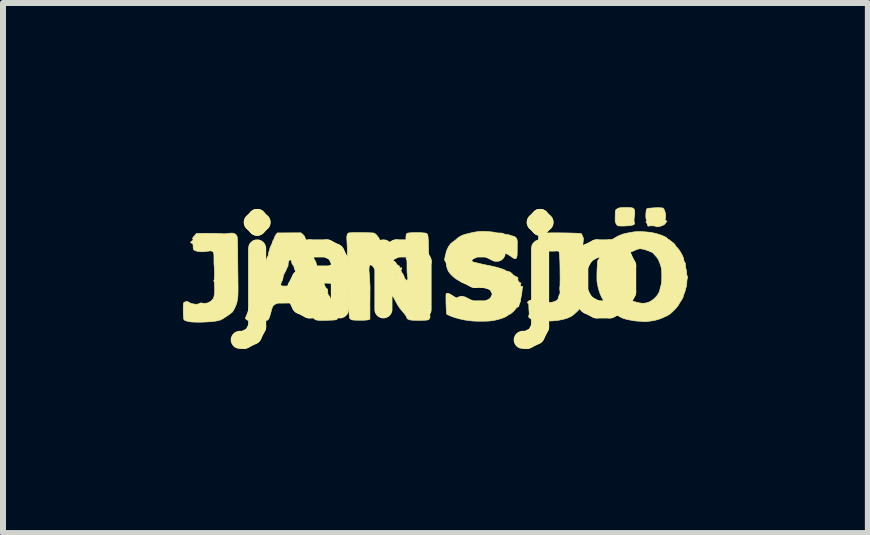
<source format=kicad_pcb>
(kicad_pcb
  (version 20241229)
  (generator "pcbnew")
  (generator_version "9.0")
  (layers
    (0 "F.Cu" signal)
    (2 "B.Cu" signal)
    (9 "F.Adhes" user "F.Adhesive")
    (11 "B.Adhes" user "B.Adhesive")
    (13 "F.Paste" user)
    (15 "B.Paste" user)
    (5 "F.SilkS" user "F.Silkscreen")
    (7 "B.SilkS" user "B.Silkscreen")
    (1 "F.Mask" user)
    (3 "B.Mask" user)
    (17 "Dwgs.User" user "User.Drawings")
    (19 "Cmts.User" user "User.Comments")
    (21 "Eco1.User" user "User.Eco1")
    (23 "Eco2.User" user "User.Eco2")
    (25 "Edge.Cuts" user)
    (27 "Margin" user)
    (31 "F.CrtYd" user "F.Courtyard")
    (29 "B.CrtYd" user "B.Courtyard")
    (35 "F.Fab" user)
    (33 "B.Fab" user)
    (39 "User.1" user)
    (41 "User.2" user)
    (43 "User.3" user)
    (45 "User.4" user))
  (footprint "jansjo"
    (layer "F.Cu")
    (at 4.285 1.418)
    (property "Reference" "jansjo" (at 0 0 0) (layer "F.SilkS") (effects (font (size 1.524 1.524) (thickness 0.3))))
    (attr through_hole)
    (fp_poly (pts (xy 3.094 -1.009) (xy 3.145 -1.008) (xy 3.182 -1.006) (xy 3.207 -1.002) (xy 3.223 -0.995) (xy 3.233 -0.985) (xy 3.24 -0.97) (xy 3.242 -0.965) (xy 3.247 -0.934) (xy 3.246 -0.896) (xy 3.243 -0.879) (xy 3.236 -0.828) (xy 3.235 -0.787) (xy 3.238 -0.759) (xy 3.244 -0.748) (xy 3.246 -0.737) (xy 3.234 -0.726) (xy 3.211 -0.716) (xy 3.179 -0.709) (xy 3.162 -0.706) (xy 3.113 -0.703) (xy 3.064 -0.7) (xy 3.021 -0.7) (xy 2.987 -0.701) (xy 2.975 -0.703) (xy 2.954 -0.712) (xy 2.938 -0.733) (xy 2.935 -0.738) (xy 2.925 -0.762) (xy 2.92 -0.782) (xy 2.92 -0.785) (xy 2.92 -0.8) (xy 2.92 -0.827) (xy 2.921 -0.862) (xy 2.921 -0.883) (xy 2.922 -0.921) (xy 2.924 -0.946) (xy 2.927 -0.961) (xy 2.933 -0.971) (xy 2.943 -0.98) (xy 2.945 -0.981) (xy 2.965 -0.993) (xy 2.985 -1.001) (xy 3.011 -1.006) (xy 3.045 -1.008) (xy 3.092 -1.009) (xy 3.094 -1.009)) (stroke (width 0.01) (type solid)) (fill yes) (layer "F.SilkS"))
    (fp_poly (pts (xy 3.681 -1.004) (xy 3.706 -1.002) (xy 3.717 -0.999) (xy 3.732 -0.983) (xy 3.746 -0.954) (xy 3.756 -0.918) (xy 3.761 -0.879) (xy 3.761 -0.842) (xy 3.755 -0.814) (xy 3.753 -0.799) (xy 3.763 -0.791) (xy 3.767 -0.79) (xy 3.782 -0.782) (xy 3.782 -0.772) (xy 3.772 -0.765) (xy 3.761 -0.755) (xy 3.759 -0.75) (xy 3.752 -0.736) (xy 3.731 -0.72) (xy 3.703 -0.706) (xy 3.669 -0.696) (xy 3.667 -0.695) (xy 3.639 -0.689) (xy 3.622 -0.687) (xy 3.611 -0.688) (xy 3.601 -0.692) (xy 3.596 -0.695) (xy 3.577 -0.701) (xy 3.549 -0.703) (xy 3.517 -0.704) (xy 3.49 -0.701) (xy 3.48 -0.699) (xy 3.468 -0.698) (xy 3.462 -0.709) (xy 3.458 -0.723) (xy 3.451 -0.744) (xy 3.441 -0.757) (xy 3.44 -0.757) (xy 3.432 -0.764) (xy 3.438 -0.775) (xy 3.444 -0.789) (xy 3.44 -0.807) (xy 3.438 -0.812) (xy 3.433 -0.833) (xy 3.431 -0.864) (xy 3.432 -0.899) (xy 3.435 -0.935) (xy 3.439 -0.965) (xy 3.446 -0.984) (xy 3.448 -0.988) (xy 3.461 -0.993) (xy 3.487 -0.997) (xy 3.522 -1) (xy 3.563 -1.003) (xy 3.605 -1.005) (xy 3.646 -1.005) (xy 3.681 -1.004)) (stroke (width 0.01) (type solid)) (fill yes) (layer "F.SilkS"))
    (fp_poly (pts (xy 2 -0.586) (xy 2.071 -0.585) (xy 2.142 -0.584) (xy 2.211 -0.582) (xy 2.275 -0.58) (xy 2.332 -0.577) (xy 2.342 -0.577) (xy 2.358 -0.57) (xy 2.369 -0.551) (xy 2.371 -0.544) (xy 2.38 -0.521) (xy 2.388 -0.504) (xy 2.389 -0.502) (xy 2.393 -0.487) (xy 2.391 -0.482) (xy 2.389 -0.47) (xy 2.387 -0.446) (xy 2.384 -0.411) (xy 2.382 -0.37) (xy 2.381 -0.326) (xy 2.379 -0.282) (xy 2.379 -0.242) (xy 2.379 -0.229) (xy 2.379 -0.184) (xy 2.38 -0.131) (xy 2.381 -0.074) (xy 2.383 -0.016) (xy 2.385 0.042) (xy 2.386 0.095) (xy 2.388 0.14) (xy 2.39 0.175) (xy 2.391 0.197) (xy 2.392 0.2) (xy 2.395 0.237) (xy 2.397 0.284) (xy 2.398 0.337) (xy 2.397 0.392) (xy 2.396 0.444) (xy 2.394 0.489) (xy 2.39 0.524) (xy 2.388 0.536) (xy 2.379 0.567) (xy 2.366 0.596) (xy 2.357 0.609) (xy 2.342 0.633) (xy 2.332 0.658) (xy 2.331 0.66) (xy 2.321 0.685) (xy 2.306 0.705) (xy 2.289 0.721) (xy 2.265 0.743) (xy 2.241 0.766) (xy 2.192 0.803) (xy 2.129 0.833) (xy 2.053 0.856) (xy 1.966 0.873) (xy 1.871 0.882) (xy 1.767 0.883) (xy 1.658 0.877) (xy 1.649 0.876) (xy 1.592 0.868) (xy 1.548 0.86) (xy 1.517 0.848) (xy 1.494 0.834) (xy 1.487 0.828) (xy 1.476 0.813) (xy 1.479 0.798) (xy 1.482 0.792) (xy 1.488 0.765) (xy 1.486 0.731) (xy 1.483 0.697) (xy 1.481 0.658) (xy 1.481 0.645) (xy 1.48 0.614) (xy 1.475 0.596) (xy 1.467 0.588) (xy 1.458 0.58) (xy 1.459 0.571) (xy 1.471 0.557) (xy 1.473 0.555) (xy 1.496 0.538) (xy 1.524 0.534) (xy 1.559 0.544) (xy 1.583 0.554) (xy 1.609 0.566) (xy 1.632 0.57) (xy 1.656 0.566) (xy 1.688 0.554) (xy 1.699 0.553) (xy 1.7 0.563) (xy 1.7 0.564) (xy 1.7 0.572) (xy 1.706 0.576) (xy 1.719 0.579) (xy 1.744 0.579) (xy 1.774 0.579) (xy 1.836 0.575) (xy 1.889 0.566) (xy 1.93 0.55) (xy 1.958 0.53) (xy 1.972 0.506) (xy 1.973 0.496) (xy 1.977 0.475) (xy 1.988 0.45) (xy 1.989 0.447) (xy 2 0.425) (xy 2.002 0.404) (xy 1.999 0.376) (xy 1.996 0.348) (xy 1.997 0.324) (xy 1.998 0.317) (xy 2 0.304) (xy 2.001 0.276) (xy 2.001 0.237) (xy 2.002 0.189) (xy 2.002 0.135) (xy 2.001 0.077) (xy 2.001 0.018) (xy 2 -0.04) (xy 1.999 -0.093) (xy 1.997 -0.14) (xy 1.995 -0.177) (xy 1.995 -0.191) (xy 1.991 -0.232) (xy 1.988 -0.259) (xy 1.981 -0.275) (xy 1.97 -0.283) (xy 1.95 -0.284) (xy 1.921 -0.283) (xy 1.915 -0.282) (xy 1.865 -0.281) (xy 1.813 -0.282) (xy 1.763 -0.286) (xy 1.718 -0.293) (xy 1.683 -0.301) (xy 1.662 -0.31) (xy 1.661 -0.311) (xy 1.652 -0.318) (xy 1.646 -0.327) (xy 1.642 -0.34) (xy 1.64 -0.361) (xy 1.639 -0.393) (xy 1.639 -0.424) (xy 1.64 -0.477) (xy 1.642 -0.516) (xy 1.646 -0.543) (xy 1.653 -0.561) (xy 1.663 -0.572) (xy 1.67 -0.577) (xy 1.684 -0.58) (xy 1.712 -0.582) (xy 1.753 -0.584) (xy 1.804 -0.585) (xy 1.864 -0.586) (xy 1.93 -0.586) (xy 2 -0.586)) (stroke (width 0.01) (type solid)) (fill yes) (layer "F.SilkS"))
    (fp_poly (pts (xy -3.448 -0.58) (xy -3.431 -0.574) (xy -3.427 -0.573) (xy -3.407 -0.562) (xy -3.396 -0.55) (xy -3.395 -0.547) (xy -3.389 -0.534) (xy -3.385 -0.531) (xy -3.382 -0.526) (xy -3.38 -0.509) (xy -3.378 -0.482) (xy -3.376 -0.442) (xy -3.375 -0.388) (xy -3.373 -0.32) (xy -3.373 -0.236) (xy -3.372 -0.22) (xy -3.372 -0.139) (xy -3.371 -0.055) (xy -3.37 0.028) (xy -3.369 0.108) (xy -3.368 0.179) (xy -3.368 0.24) (xy -3.367 0.267) (xy -3.367 0.323) (xy -3.367 0.375) (xy -3.368 0.421) (xy -3.369 0.457) (xy -3.371 0.48) (xy -3.371 0.483) (xy -3.376 0.517) (xy -3.382 0.553) (xy -3.383 0.559) (xy -3.39 0.588) (xy -3.404 0.625) (xy -3.421 0.665) (xy -3.44 0.701) (xy -3.457 0.728) (xy -3.461 0.733) (xy -3.473 0.744) (xy -3.497 0.762) (xy -3.528 0.785) (xy -3.564 0.809) (xy -3.565 0.81) (xy -3.603 0.835) (xy -3.633 0.853) (xy -3.658 0.865) (xy -3.684 0.873) (xy -3.714 0.88) (xy -3.73 0.883) (xy -3.775 0.89) (xy -3.83 0.895) (xy -3.892 0.899) (xy -3.957 0.902) (xy -4.02 0.903) (xy -4.08 0.902) (xy -4.131 0.9) (xy -4.171 0.896) (xy -4.183 0.893) (xy -4.222 0.884) (xy -4.248 0.876) (xy -4.263 0.866) (xy -4.271 0.853) (xy -4.275 0.834) (xy -4.276 0.82) (xy -4.278 0.792) (xy -4.279 0.754) (xy -4.28 0.71) (xy -4.28 0.679) (xy -4.28 0.636) (xy -4.278 0.608) (xy -4.276 0.59) (xy -4.271 0.579) (xy -4.264 0.571) (xy -4.263 0.571) (xy -4.236 0.56) (xy -4.206 0.561) (xy -4.18 0.574) (xy -4.179 0.575) (xy -4.157 0.587) (xy -4.121 0.597) (xy -4.102 0.6) (xy -4.069 0.604) (xy -4.047 0.604) (xy -4.03 0.599) (xy -4.016 0.593) (xy -3.995 0.583) (xy -3.975 0.582) (xy -3.955 0.587) (xy -3.912 0.59) (xy -3.867 0.58) (xy -3.824 0.556) (xy -3.798 0.533) (xy -3.781 0.511) (xy -3.771 0.492) (xy -3.769 0.484) (xy -3.767 0.465) (xy -3.764 0.457) (xy -3.76 0.443) (xy -3.758 0.416) (xy -3.757 0.38) (xy -3.757 0.34) (xy -3.758 0.301) (xy -3.76 0.265) (xy -3.763 0.239) (xy -3.766 0.227) (xy -3.771 0.208) (xy -3.767 0.202) (xy -3.763 0.192) (xy -3.76 0.17) (xy -3.759 0.137) (xy -3.758 0.098) (xy -3.759 0.056) (xy -3.761 0.014) (xy -3.762 -0.008) (xy -3.765 -0.039) (xy -3.767 -0.068) (xy -3.768 -0.098) (xy -3.768 -0.136) (xy -3.768 -0.186) (xy -3.768 -0.188) (xy -3.769 -0.22) (xy -3.772 -0.247) (xy -3.776 -0.262) (xy -3.795 -0.28) (xy -3.825 -0.286) (xy -3.868 -0.281) (xy -3.871 -0.281) (xy -3.922 -0.273) (xy -3.976 -0.271) (xy -4.025 -0.275) (xy -4.066 -0.284) (xy -4.078 -0.289) (xy -4.1 -0.301) (xy -4.111 -0.313) (xy -4.114 -0.33) (xy -4.115 -0.348) (xy -4.116 -0.383) (xy -4.122 -0.404) (xy -4.133 -0.414) (xy -4.141 -0.415) (xy -4.154 -0.42) (xy -4.156 -0.431) (xy -4.146 -0.443) (xy -4.136 -0.449) (xy -4.12 -0.46) (xy -4.115 -0.475) (xy -4.123 -0.487) (xy -4.126 -0.491) (xy -4.123 -0.499) (xy -4.113 -0.514) (xy -4.094 -0.537) (xy -4.081 -0.552) (xy -4.06 -0.577) (xy -3.861 -0.578) (xy -3.803 -0.577) (xy -3.749 -0.577) (xy -3.702 -0.576) (xy -3.665 -0.575) (xy -3.641 -0.573) (xy -3.634 -0.572) (xy -3.613 -0.57) (xy -3.581 -0.571) (xy -3.544 -0.574) (xy -3.532 -0.576) (xy -3.494 -0.581) (xy -3.468 -0.582) (xy -3.448 -0.58)) (stroke (width 0.01) (type solid)) (fill yes) (layer "F.SilkS"))
    (fp_poly (pts (xy 3.363 -0.606) (xy 3.419 -0.603) (xy 3.473 -0.598) (xy 3.52 -0.592) (xy 3.539 -0.589) (xy 3.601 -0.575) (xy 3.658 -0.558) (xy 3.708 -0.54) (xy 3.749 -0.522) (xy 3.778 -0.505) (xy 3.791 -0.492) (xy 3.804 -0.478) (xy 3.813 -0.474) (xy 3.828 -0.468) (xy 3.836 -0.46) (xy 3.851 -0.447) (xy 3.872 -0.431) (xy 3.88 -0.426) (xy 3.902 -0.408) (xy 3.918 -0.389) (xy 3.921 -0.383) (xy 3.932 -0.363) (xy 3.943 -0.351) (xy 3.963 -0.331) (xy 3.987 -0.3) (xy 4.011 -0.263) (xy 4.033 -0.223) (xy 4.051 -0.185) (xy 4.062 -0.154) (xy 4.064 -0.138) (xy 4.07 -0.11) (xy 4.081 -0.093) (xy 4.093 -0.072) (xy 4.093 -0.053) (xy 4.092 -0.031) (xy 4.097 -0.002) (xy 4.102 0.019) (xy 4.109 0.049) (xy 4.112 0.077) (xy 4.112 0.09) (xy 4.114 0.115) (xy 4.121 0.132) (xy 4.128 0.152) (xy 4.123 0.173) (xy 4.118 0.196) (xy 4.115 0.225) (xy 4.115 0.235) (xy 4.113 0.268) (xy 4.107 0.302) (xy 4.106 0.308) (xy 4.097 0.34) (xy 4.089 0.373) (xy 4.088 0.377) (xy 4.079 0.405) (xy 4.069 0.43) (xy 4.067 0.433) (xy 4.059 0.455) (xy 4.056 0.472) (xy 4.051 0.488) (xy 4.039 0.512) (xy 4.025 0.535) (xy 4.006 0.565) (xy 3.987 0.595) (xy 3.978 0.613) (xy 3.962 0.637) (xy 3.936 0.668) (xy 3.903 0.703) (xy 3.866 0.739) (xy 3.839 0.762) (xy 3.81 0.782) (xy 3.769 0.804) (xy 3.72 0.826) (xy 3.668 0.847) (xy 3.617 0.863) (xy 3.586 0.871) (xy 3.549 0.878) (xy 3.509 0.884) (xy 3.47 0.889) (xy 3.436 0.893) (xy 3.409 0.894) (xy 3.395 0.893) (xy 3.393 0.893) (xy 3.384 0.891) (xy 3.362 0.889) (xy 3.33 0.887) (xy 3.302 0.886) (xy 3.256 0.882) (xy 3.204 0.874) (xy 3.151 0.864) (xy 3.101 0.853) (xy 3.059 0.84) (xy 3.028 0.828) (xy 3.026 0.827) (xy 2.976 0.799) (xy 2.938 0.777) (xy 2.91 0.759) (xy 2.888 0.743) (xy 2.873 0.728) (xy 2.856 0.711) (xy 2.834 0.686) (xy 2.81 0.657) (xy 2.786 0.627) (xy 2.764 0.598) (xy 2.746 0.575) (xy 2.736 0.56) (xy 2.735 0.556) (xy 2.73 0.547) (xy 2.719 0.528) (xy 2.71 0.515) (xy 2.69 0.477) (xy 2.669 0.429) (xy 2.651 0.376) (xy 2.637 0.325) (xy 2.632 0.302) (xy 2.628 0.274) (xy 2.623 0.254) (xy 2.621 0.247) (xy 2.619 0.234) (xy 2.617 0.208) (xy 2.616 0.172) (xy 2.616 0.138) (xy 3.013 0.138) (xy 3.016 0.207) (xy 3.025 0.269) (xy 3.032 0.299) (xy 3.054 0.358) (xy 3.083 0.419) (xy 3.115 0.472) (xy 3.121 0.48) (xy 3.145 0.506) (xy 3.177 0.531) (xy 3.211 0.551) (xy 3.239 0.561) (xy 3.262 0.566) (xy 3.292 0.574) (xy 3.31 0.579) (xy 3.376 0.589) (xy 3.441 0.582) (xy 3.493 0.564) (xy 3.535 0.539) (xy 3.576 0.506) (xy 3.613 0.467) (xy 3.641 0.427) (xy 3.658 0.39) (xy 3.661 0.38) (xy 3.665 0.361) (xy 3.672 0.333) (xy 3.681 0.3) (xy 3.681 0.3) (xy 3.689 0.271) (xy 3.693 0.241) (xy 3.696 0.205) (xy 3.697 0.16) (xy 3.697 0.123) (xy 3.696 0.074) (xy 3.695 0.038) (xy 3.692 0.01) (xy 3.686 -0.015) (xy 3.678 -0.042) (xy 3.667 -0.075) (xy 3.667 -0.076) (xy 3.649 -0.119) (xy 3.633 -0.152) (xy 3.614 -0.179) (xy 3.597 -0.198) (xy 3.577 -0.22) (xy 3.562 -0.237) (xy 3.556 -0.246) (xy 3.556 -0.246) (xy 3.549 -0.253) (xy 3.529 -0.263) (xy 3.5 -0.276) (xy 3.467 -0.289) (xy 3.432 -0.301) (xy 3.418 -0.306) (xy 3.368 -0.318) (xy 3.327 -0.321) (xy 3.292 -0.313) (xy 3.274 -0.306) (xy 3.246 -0.293) (xy 3.213 -0.279) (xy 3.198 -0.274) (xy 3.148 -0.249) (xy 3.107 -0.211) (xy 3.072 -0.16) (xy 3.044 -0.094) (xy 3.034 -0.061) (xy 3.022 -0.002) (xy 3.015 0.066) (xy 3.013 0.138) (xy 2.616 0.138) (xy 2.616 0.13) (xy 2.617 0.084) (xy 2.618 0.038) (xy 2.62 -0.004) (xy 2.621 -0.008) (xy 2.623 -0.047) (xy 2.625 -0.079) (xy 2.627 -0.102) (xy 2.627 -0.11) (xy 2.632 -0.126) (xy 2.64 -0.138) (xy 2.653 -0.159) (xy 2.667 -0.191) (xy 2.679 -0.226) (xy 2.687 -0.258) (xy 2.688 -0.271) (xy 2.693 -0.292) (xy 2.701 -0.303) (xy 2.702 -0.303) (xy 2.716 -0.312) (xy 2.735 -0.33) (xy 2.754 -0.352) (xy 2.768 -0.372) (xy 2.773 -0.382) (xy 2.784 -0.397) (xy 2.792 -0.402) (xy 2.806 -0.412) (xy 2.821 -0.431) (xy 2.824 -0.434) (xy 2.842 -0.456) (xy 2.865 -0.473) (xy 2.866 -0.474) (xy 2.888 -0.486) (xy 2.916 -0.502) (xy 2.934 -0.513) (xy 2.961 -0.529) (xy 2.986 -0.541) (xy 2.998 -0.546) (xy 3.021 -0.554) (xy 3.044 -0.563) (xy 3.065 -0.57) (xy 3.096 -0.577) (xy 3.128 -0.584) (xy 3.166 -0.59) (xy 3.204 -0.597) (xy 3.23 -0.602) (xy 3.264 -0.605) (xy 3.31 -0.607) (xy 3.363 -0.606)) (stroke (width 0.01) (type solid)) (fill yes) (layer "F.SilkS"))
    (fp_poly (pts (xy -1.303 -0.59) (xy -1.224 -0.589) (xy -1.141 -0.586) (xy -1.123 -0.585) (xy -1.1 -0.582) (xy -1.081 -0.572) (xy -1.06 -0.552) (xy -1.056 -0.548) (xy -1.035 -0.522) (xy -1.017 -0.495) (xy -1.011 -0.482) (xy -0.995 -0.456) (xy -0.975 -0.434) (xy -0.973 -0.433) (xy -0.957 -0.416) (xy -0.948 -0.399) (xy -0.948 -0.397) (xy -0.944 -0.38) (xy -0.932 -0.356) (xy -0.924 -0.344) (xy -0.904 -0.314) (xy -0.882 -0.282) (xy -0.876 -0.273) (xy -0.856 -0.245) (xy -0.832 -0.219) (xy -0.824 -0.212) (xy -0.805 -0.19) (xy -0.796 -0.17) (xy -0.796 -0.167) (xy -0.791 -0.145) (xy -0.779 -0.125) (xy -0.765 -0.112) (xy -0.758 -0.11) (xy -0.747 -0.103) (xy -0.735 -0.086) (xy -0.731 -0.078) (xy -0.714 -0.054) (xy -0.696 -0.044) (xy -0.681 -0.037) (xy -0.677 -0.02) (xy -0.675 -0.004) (xy -0.665 -0.002) (xy -0.656 -0.003) (xy -0.64 -0.005) (xy -0.635 0.004) (xy -0.64 0.018) (xy -0.643 0.021) (xy -0.651 0.033) (xy -0.647 0.054) (xy -0.63 0.084) (xy -0.627 0.089) (xy -0.612 0.111) (xy -0.603 0.129) (xy -0.601 0.135) (xy -0.597 0.154) (xy -0.585 0.176) (xy -0.572 0.194) (xy -0.559 0.203) (xy -0.557 0.203) (xy -0.544 0.2) (xy -0.537 0.188) (xy -0.537 0.164) (xy -0.542 0.131) (xy -0.546 0.102) (xy -0.549 0.062) (xy -0.55 0.016) (xy -0.55 -0.029) (xy -0.55 -0.076) (xy -0.551 -0.11) (xy -0.553 -0.131) (xy -0.557 -0.142) (xy -0.56 -0.145) (xy -0.567 -0.155) (xy -0.563 -0.167) (xy -0.559 -0.181) (xy -0.558 -0.209) (xy -0.558 -0.251) (xy -0.561 -0.31) (xy -0.561 -0.322) (xy -0.565 -0.394) (xy -0.567 -0.451) (xy -0.568 -0.495) (xy -0.567 -0.528) (xy -0.564 -0.551) (xy -0.559 -0.566) (xy -0.552 -0.575) (xy -0.544 -0.58) (xy -0.526 -0.584) (xy -0.495 -0.587) (xy -0.455 -0.589) (xy -0.41 -0.59) (xy -0.363 -0.59) (xy -0.319 -0.589) (xy -0.295 -0.587) (xy -0.26 -0.584) (xy -0.237 -0.581) (xy -0.223 -0.576) (xy -0.214 -0.567) (xy -0.209 -0.559) (xy -0.206 -0.553) (xy -0.204 -0.546) (xy -0.201 -0.535) (xy -0.199 -0.521) (xy -0.198 -0.501) (xy -0.196 -0.475) (xy -0.194 -0.441) (xy -0.193 -0.399) (xy -0.192 -0.348) (xy -0.19 -0.285) (xy -0.189 -0.211) (xy -0.187 -0.125) (xy -0.186 -0.024) (xy -0.184 0.092) (xy -0.182 0.186) (xy -0.18 0.304) (xy -0.179 0.406) (xy -0.177 0.493) (xy -0.176 0.567) (xy -0.175 0.628) (xy -0.174 0.678) (xy -0.173 0.717) (xy -0.172 0.748) (xy -0.171 0.77) (xy -0.17 0.786) (xy -0.168 0.796) (xy -0.167 0.801) (xy -0.167 0.802) (xy -0.166 0.815) (xy -0.171 0.835) (xy -0.171 0.836) (xy -0.177 0.848) (xy -0.185 0.857) (xy -0.199 0.863) (xy -0.22 0.868) (xy -0.251 0.87) (xy -0.293 0.871) (xy -0.349 0.872) (xy -0.366 0.872) (xy -0.428 0.871) (xy -0.475 0.869) (xy -0.509 0.863) (xy -0.532 0.855) (xy -0.547 0.843) (xy -0.554 0.828) (xy -0.556 0.823) (xy -0.563 0.805) (xy -0.58 0.78) (xy -0.602 0.752) (xy -0.608 0.744) (xy -0.644 0.702) (xy -0.673 0.665) (xy -0.698 0.628) (xy -0.723 0.585) (xy -0.75 0.533) (xy -0.755 0.524) (xy -0.769 0.498) (xy -0.782 0.479) (xy -0.79 0.472) (xy -0.8 0.462) (xy -0.813 0.442) (xy -0.821 0.427) (xy -0.836 0.4) (xy -0.853 0.378) (xy -0.86 0.37) (xy -0.875 0.355) (xy -0.881 0.342) (xy -0.886 0.331) (xy -0.9 0.31) (xy -0.92 0.283) (xy -0.942 0.256) (xy -0.97 0.22) (xy -0.997 0.182) (xy -1.018 0.149) (xy -1.028 0.131) (xy -1.036 0.114) (xy -0.754 0.114) (xy -0.749 0.119) (xy -0.745 0.114) (xy -0.749 0.11) (xy -0.754 0.114) (xy -1.036 0.114) (xy -1.06 0.066) (xy -1.088 0.017) (xy -1.112 -0.019) (xy -1.133 -0.041) (xy -1.151 -0.05) (xy -1.156 -0.051) (xy -1.169 -0.048) (xy -1.176 -0.038) (xy -1.181 -0.016) (xy -1.182 -0.012) (xy -1.184 0.021) (xy -1.183 0.058) (xy -1.182 0.068) (xy -1.18 0.091) (xy -1.177 0.126) (xy -1.174 0.168) (xy -1.171 0.214) (xy -1.169 0.259) (xy -1.167 0.299) (xy -1.166 0.329) (xy -1.166 0.343) (xy -1.167 0.355) (xy -1.167 0.383) (xy -1.167 0.422) (xy -1.167 0.472) (xy -1.167 0.529) (xy -1.168 0.592) (xy -1.168 0.607) (xy -1.168 0.853) (xy -1.195 0.863) (xy -1.215 0.866) (xy -1.248 0.869) (xy -1.289 0.871) (xy -1.334 0.871) (xy -1.38 0.87) (xy -1.421 0.869) (xy -1.454 0.866) (xy -1.471 0.863) (xy -1.495 0.85) (xy -1.507 0.835) (xy -1.51 0.818) (xy -1.514 0.786) (xy -1.517 0.74) (xy -1.52 0.682) (xy -1.524 0.614) (xy -1.526 0.537) (xy -1.529 0.466) (xy -1.531 0.368) (xy -1.534 0.265) (xy -1.536 0.16) (xy -1.539 0.056) (xy -1.541 -0.043) (xy -1.542 -0.134) (xy -1.544 -0.213) (xy -1.544 -0.25) (xy -1.545 -0.306) (xy -1.547 -0.361) (xy -1.549 -0.409) (xy -1.551 -0.449) (xy -1.553 -0.476) (xy -1.553 -0.476) (xy -1.554 -0.516) (xy -1.549 -0.55) (xy -1.538 -0.574) (xy -1.523 -0.585) (xy -1.522 -0.585) (xy -1.486 -0.588) (xy -1.436 -0.59) (xy -1.374 -0.591) (xy -1.303 -0.59)) (stroke (width 0.01) (type solid)) (fill yes) (layer "F.SilkS"))
    (fp_poly (pts (xy 0.713 -0.611) (xy 0.751 -0.61) (xy 0.792 -0.607) (xy 0.833 -0.604) (xy 0.87 -0.601) (xy 0.898 -0.597) (xy 0.913 -0.594) (xy 0.913 -0.593) (xy 0.93 -0.589) (xy 0.958 -0.585) (xy 0.988 -0.584) (xy 1.03 -0.582) (xy 1.057 -0.575) (xy 1.063 -0.572) (xy 1.083 -0.563) (xy 1.108 -0.559) (xy 1.11 -0.559) (xy 1.141 -0.555) (xy 1.169 -0.547) (xy 1.189 -0.539) (xy 1.201 -0.536) (xy 1.202 -0.536) (xy 1.212 -0.533) (xy 1.232 -0.528) (xy 1.237 -0.526) (xy 1.266 -0.508) (xy 1.283 -0.478) (xy 1.289 -0.437) (xy 1.289 -0.433) (xy 1.288 -0.407) (xy 1.288 -0.386) (xy 1.288 -0.385) (xy 1.288 -0.361) (xy 1.288 -0.351) (xy 1.287 -0.336) (xy 1.287 -0.308) (xy 1.287 -0.273) (xy 1.287 -0.256) (xy 1.285 -0.208) (xy 1.278 -0.175) (xy 1.266 -0.158) (xy 1.248 -0.155) (xy 1.222 -0.166) (xy 1.194 -0.185) (xy 1.161 -0.209) (xy 1.133 -0.226) (xy 1.103 -0.24) (xy 1.064 -0.254) (xy 1.049 -0.259) (xy 1.014 -0.27) (xy 0.983 -0.28) (xy 0.961 -0.288) (xy 0.957 -0.289) (xy 0.94 -0.293) (xy 0.911 -0.298) (xy 0.873 -0.304) (xy 0.83 -0.308) (xy 0.826 -0.309) (xy 0.777 -0.313) (xy 0.741 -0.315) (xy 0.715 -0.315) (xy 0.694 -0.312) (xy 0.678 -0.308) (xy 0.651 -0.302) (xy 0.628 -0.301) (xy 0.622 -0.301) (xy 0.602 -0.299) (xy 0.593 -0.293) (xy 0.578 -0.282) (xy 0.568 -0.279) (xy 0.546 -0.273) (xy 0.521 -0.256) (xy 0.499 -0.235) (xy 0.487 -0.213) (xy 0.487 -0.212) (xy 0.485 -0.171) (xy 0.498 -0.138) (xy 0.526 -0.113) (xy 0.568 -0.096) (xy 0.577 -0.094) (xy 0.61 -0.086) (xy 0.645 -0.078) (xy 0.652 -0.076) (xy 0.686 -0.068) (xy 0.732 -0.058) (xy 0.79 -0.046) (xy 0.851 -0.034) (xy 0.895 -0.024) (xy 0.941 -0.013) (xy 0.986 0.000261) (xy 1.027 0.013) (xy 1.06 0.025) (xy 1.083 0.035) (xy 1.092 0.042) (xy 1.103 0.048) (xy 1.122 0.053) (xy 1.153 0.061) (xy 1.177 0.073) (xy 1.201 0.094) (xy 1.209 0.103) (xy 1.23 0.123) (xy 1.252 0.137) (xy 1.261 0.141) (xy 1.287 0.151) (xy 1.299 0.165) (xy 1.299 0.185) (xy 1.299 0.207) (xy 1.313 0.228) (xy 1.316 0.231) (xy 1.332 0.245) (xy 1.345 0.25) (xy 1.347 0.249) (xy 1.352 0.249) (xy 1.347 0.261) (xy 1.347 0.261) (xy 1.338 0.286) (xy 1.343 0.3) (xy 1.36 0.305) (xy 1.375 0.307) (xy 1.378 0.316) (xy 1.376 0.324) (xy 1.371 0.344) (xy 1.368 0.372) (xy 1.367 0.385) (xy 1.363 0.42) (xy 1.357 0.456) (xy 1.355 0.466) (xy 1.349 0.495) (xy 1.345 0.521) (xy 1.345 0.528) (xy 1.342 0.55) (xy 1.333 0.578) (xy 1.328 0.589) (xy 1.319 0.612) (xy 1.315 0.629) (xy 1.316 0.634) (xy 1.313 0.641) (xy 1.301 0.647) (xy 1.282 0.657) (xy 1.266 0.675) (xy 1.251 0.694) (xy 1.231 0.716) (xy 1.208 0.738) (xy 1.186 0.756) (xy 1.169 0.768) (xy 1.163 0.77) (xy 1.151 0.775) (xy 1.132 0.788) (xy 1.122 0.796) (xy 1.093 0.813) (xy 1.052 0.831) (xy 1.001 0.848) (xy 0.946 0.863) (xy 0.889 0.875) (xy 0.856 0.88) (xy 0.814 0.884) (xy 0.76 0.886) (xy 0.699 0.887) (xy 0.637 0.887) (xy 0.579 0.885) (xy 0.542 0.883) (xy 0.47 0.875) (xy 0.394 0.863) (xy 0.32 0.846) (xy 0.251 0.827) (xy 0.192 0.807) (xy 0.167 0.796) (xy 0.112 0.77) (xy 0.107 0.726) (xy 0.105 0.701) (xy 0.103 0.666) (xy 0.102 0.625) (xy 0.1 0.581) (xy 0.1 0.537) (xy 0.099 0.496) (xy 0.1 0.463) (xy 0.1 0.439) (xy 0.102 0.429) (xy 0.102 0.429) (xy 0.118 0.421) (xy 0.138 0.422) (xy 0.166 0.434) (xy 0.199 0.454) (xy 0.261 0.492) (xy 0.324 0.523) (xy 0.383 0.547) (xy 0.434 0.561) (xy 0.445 0.563) (xy 0.471 0.568) (xy 0.49 0.573) (xy 0.496 0.576) (xy 0.507 0.58) (xy 0.532 0.585) (xy 0.566 0.59) (xy 0.597 0.593) (xy 0.675 0.598) (xy 0.748 0.597) (xy 0.814 0.589) (xy 0.87 0.575) (xy 0.915 0.556) (xy 0.947 0.532) (xy 0.96 0.513) (xy 0.972 0.477) (xy 0.971 0.447) (xy 0.959 0.427) (xy 0.928 0.401) (xy 0.907 0.385) (xy 0.89 0.375) (xy 0.875 0.369) (xy 0.869 0.368) (xy 0.846 0.362) (xy 0.815 0.353) (xy 0.795 0.347) (xy 0.757 0.336) (xy 0.716 0.325) (xy 0.698 0.322) (xy 0.662 0.315) (xy 0.626 0.308) (xy 0.61 0.304) (xy 0.576 0.298) (xy 0.54 0.292) (xy 0.529 0.291) (xy 0.503 0.287) (xy 0.484 0.282) (xy 0.478 0.279) (xy 0.466 0.274) (xy 0.443 0.265) (xy 0.423 0.258) (xy 0.387 0.245) (xy 0.345 0.226) (xy 0.304 0.204) (xy 0.269 0.183) (xy 0.253 0.172) (xy 0.204 0.13) (xy 0.167 0.091) (xy 0.14 0.054) (xy 0.122 0.014) (xy 0.11 -0.033) (xy 0.104 -0.072) (xy 0.098 -0.096) (xy 0.089 -0.113) (xy 0.086 -0.115) (xy 0.08 -0.121) (xy 0.078 -0.131) (xy 0.078 -0.147) (xy 0.082 -0.173) (xy 0.089 -0.209) (xy 0.11 -0.288) (xy 0.14 -0.353) (xy 0.176 -0.402) (xy 0.398 -0.402) (xy 0.402 -0.398) (xy 0.406 -0.402) (xy 0.402 -0.406) (xy 0.398 -0.402) (xy 0.176 -0.402) (xy 0.177 -0.404) (xy 0.216 -0.436) (xy 0.241 -0.454) (xy 0.262 -0.469) (xy 0.27 -0.478) (xy 0.293 -0.498) (xy 0.326 -0.521) (xy 0.363 -0.541) (xy 0.398 -0.555) (xy 0.402 -0.556) (xy 0.476 -0.576) (xy 0.546 -0.592) (xy 0.61 -0.604) (xy 0.663 -0.61) (xy 0.682 -0.611) (xy 0.713 -0.611)) (stroke (width 0.01) (type solid)) (fill yes) (layer "F.SilkS"))
    (fp_poly (pts (xy -2.288 -0.561) (xy -2.267 -0.54) (xy -2.255 -0.519) (xy -2.254 -0.514) (xy -2.245 -0.492) (xy -2.235 -0.478) (xy -2.221 -0.456) (xy -2.218 -0.434) (xy -2.215 -0.406) (xy -2.206 -0.382) (xy -2.19 -0.351) (xy -2.173 -0.316) (xy -2.158 -0.281) (xy -2.145 -0.25) (xy -2.136 -0.228) (xy -2.134 -0.218) (xy -2.126 -0.206) (xy -2.116 -0.2) (xy -2.102 -0.193) (xy -2.102 -0.177) (xy -2.103 -0.177) (xy -2.101 -0.154) (xy -2.087 -0.13) (xy -2.073 -0.108) (xy -2.066 -0.089) (xy -2.066 -0.086) (xy -2.062 -0.067) (xy -2.053 -0.045) (xy -2.044 -0.023) (xy -2.041 -0.005) (xy -2.036 0.011) (xy -2.026 0.035) (xy -2.015 0.056) (xy -2.001 0.083) (xy -1.992 0.105) (xy -1.989 0.116) (xy -1.984 0.135) (xy -1.977 0.148) (xy -1.967 0.166) (xy -1.964 0.178) (xy -1.958 0.196) (xy -1.952 0.203) (xy -1.942 0.22) (xy -1.939 0.234) (xy -1.935 0.255) (xy -1.926 0.282) (xy -1.914 0.309) (xy -1.901 0.331) (xy -1.889 0.345) (xy -1.884 0.347) (xy -1.876 0.351) (xy -1.872 0.365) (xy -1.871 0.393) (xy -1.871 0.394) (xy -1.87 0.424) (xy -1.864 0.444) (xy -1.852 0.46) (xy -1.85 0.462) (xy -1.836 0.481) (xy -1.829 0.498) (xy -1.829 0.499) (xy -1.825 0.515) (xy -1.82 0.521) (xy -1.813 0.533) (xy -1.812 0.543) (xy -1.807 0.562) (xy -1.796 0.583) (xy -1.785 0.606) (xy -1.776 0.635) (xy -1.775 0.644) (xy -1.768 0.673) (xy -1.759 0.7) (xy -1.757 0.706) (xy -1.748 0.728) (xy -1.744 0.746) (xy -1.738 0.763) (xy -1.725 0.782) (xy -1.723 0.784) (xy -1.706 0.808) (xy -1.703 0.832) (xy -1.713 0.851) (xy -1.721 0.856) (xy -1.73 0.86) (xy -1.741 0.863) (xy -1.759 0.866) (xy -1.783 0.868) (xy -1.817 0.869) (xy -1.863 0.871) (xy -1.923 0.872) (xy -1.943 0.872) (xy -1.997 0.873) (xy -2.038 0.871) (xy -2.067 0.865) (xy -2.089 0.853) (xy -2.105 0.834) (xy -2.12 0.806) (xy -2.135 0.767) (xy -2.136 0.765) (xy -2.149 0.73) (xy -2.159 0.701) (xy -2.166 0.682) (xy -2.168 0.676) (xy -2.173 0.662) (xy -2.186 0.642) (xy -2.203 0.62) (xy -2.22 0.6) (xy -2.233 0.589) (xy -2.235 0.589) (xy -2.248 0.587) (xy -2.275 0.586) (xy -2.314 0.585) (xy -2.362 0.584) (xy -2.417 0.584) (xy -2.453 0.584) (xy -2.511 0.584) (xy -2.565 0.584) (xy -2.612 0.585) (xy -2.65 0.585) (xy -2.674 0.585) (xy -2.682 0.584) (xy -2.719 0.59) (xy -2.754 0.607) (xy -2.781 0.63) (xy -2.787 0.639) (xy -2.798 0.663) (xy -2.808 0.694) (xy -2.811 0.707) (xy -2.828 0.772) (xy -2.843 0.819) (xy -2.857 0.85) (xy -2.864 0.859) (xy -2.87 0.865) (xy -2.879 0.87) (xy -2.892 0.873) (xy -2.913 0.875) (xy -2.943 0.876) (xy -2.986 0.877) (xy -3.04 0.878) (xy -3.096 0.878) (xy -3.138 0.878) (xy -3.168 0.877) (xy -3.189 0.875) (xy -3.203 0.872) (xy -3.213 0.868) (xy -3.221 0.862) (xy -3.224 0.86) (xy -3.246 0.841) (xy -3.224 0.787) (xy -3.204 0.735) (xy -3.191 0.696) (xy -3.185 0.668) (xy -3.183 0.654) (xy -3.179 0.638) (xy -3.168 0.613) (xy -3.154 0.585) (xy -3.139 0.558) (xy -3.128 0.536) (xy -3.124 0.524) (xy -3.124 0.524) (xy -3.119 0.51) (xy -3.11 0.498) (xy -3.093 0.471) (xy -3.079 0.432) (xy -3.066 0.379) (xy -3.061 0.345) (xy -3.053 0.303) (xy -3.045 0.274) (xy -2.655 0.274) (xy -2.653 0.288) (xy -2.643 0.296) (xy -2.623 0.3) (xy -2.591 0.301) (xy -2.544 0.3) (xy -2.541 0.3) (xy -2.478 0.298) (xy -2.426 0.301) (xy -2.381 0.308) (xy -2.363 0.312) (xy -2.355 0.308) (xy -2.344 0.299) (xy -2.332 0.283) (xy -2.328 0.272) (xy -2.332 0.25) (xy -2.341 0.218) (xy -2.354 0.178) (xy -2.37 0.137) (xy -2.387 0.098) (xy -2.4 0.07) (xy -2.415 0.039) (xy -2.427 0.011) (xy -2.432 -0.009) (xy -2.432 -0.012) (xy -2.438 -0.032) (xy -2.452 -0.052) (xy -2.466 -0.071) (xy -2.472 -0.09) (xy -2.477 -0.119) (xy -2.489 -0.134) (xy -2.499 -0.135) (xy -2.515 -0.128) (xy -2.526 -0.106) (xy -2.531 -0.072) (xy -2.532 -0.059) (xy -2.533 -0.037) (xy -2.537 -0.023) (xy -2.539 -0.022) (xy -2.546 -0.012) (xy -2.555 0.008) (xy -2.561 0.023) (xy -2.575 0.054) (xy -2.591 0.084) (xy -2.596 0.093) (xy -2.612 0.128) (xy -2.616 0.155) (xy -2.62 0.182) (xy -2.628 0.205) (xy -2.629 0.207) (xy -2.641 0.229) (xy -2.65 0.254) (xy -2.655 0.274) (xy -3.045 0.274) (xy -3.043 0.267) (xy -3.032 0.243) (xy -3.02 0.22) (xy -3.014 0.201) (xy -3.014 0.198) (xy -3.009 0.178) (xy -3.003 0.165) (xy -2.99 0.14) (xy -2.977 0.106) (xy -2.965 0.069) (xy -2.957 0.035) (xy -2.955 0.015) (xy -2.95 -0.012) (xy -2.939 -0.035) (xy -2.939 -0.035) (xy -2.927 -0.061) (xy -2.927 -0.077) (xy -2.927 -0.095) (xy -2.916 -0.103) (xy -2.915 -0.104) (xy -2.901 -0.114) (xy -2.893 -0.138) (xy -2.893 -0.142) (xy -2.886 -0.166) (xy -2.877 -0.184) (xy -2.875 -0.186) (xy -2.866 -0.201) (xy -2.862 -0.224) (xy -2.861 -0.228) (xy -2.858 -0.255) (xy -2.849 -0.279) (xy -2.849 -0.279) (xy -2.84 -0.302) (xy -2.837 -0.318) (xy -2.833 -0.336) (xy -2.823 -0.361) (xy -2.815 -0.376) (xy -2.803 -0.401) (xy -2.795 -0.422) (xy -2.794 -0.429) (xy -2.789 -0.447) (xy -2.783 -0.457) (xy -2.773 -0.473) (xy -2.763 -0.497) (xy -2.761 -0.504) (xy -2.75 -0.532) (xy -2.734 -0.558) (xy -2.732 -0.561) (xy -2.712 -0.585) (xy -2.516 -0.586) (xy -2.319 -0.587) (xy -2.288 -0.561)) (stroke (width 0.01) (type solid)) (fill yes) (layer "F.SilkS")))
  (gr_rect
    (start -3 -3)
    (end 11.418 5.836)
    (stroke (width 0.1) (type default))
    (fill no)
    (layer "Edge.Cuts")))
</source>
